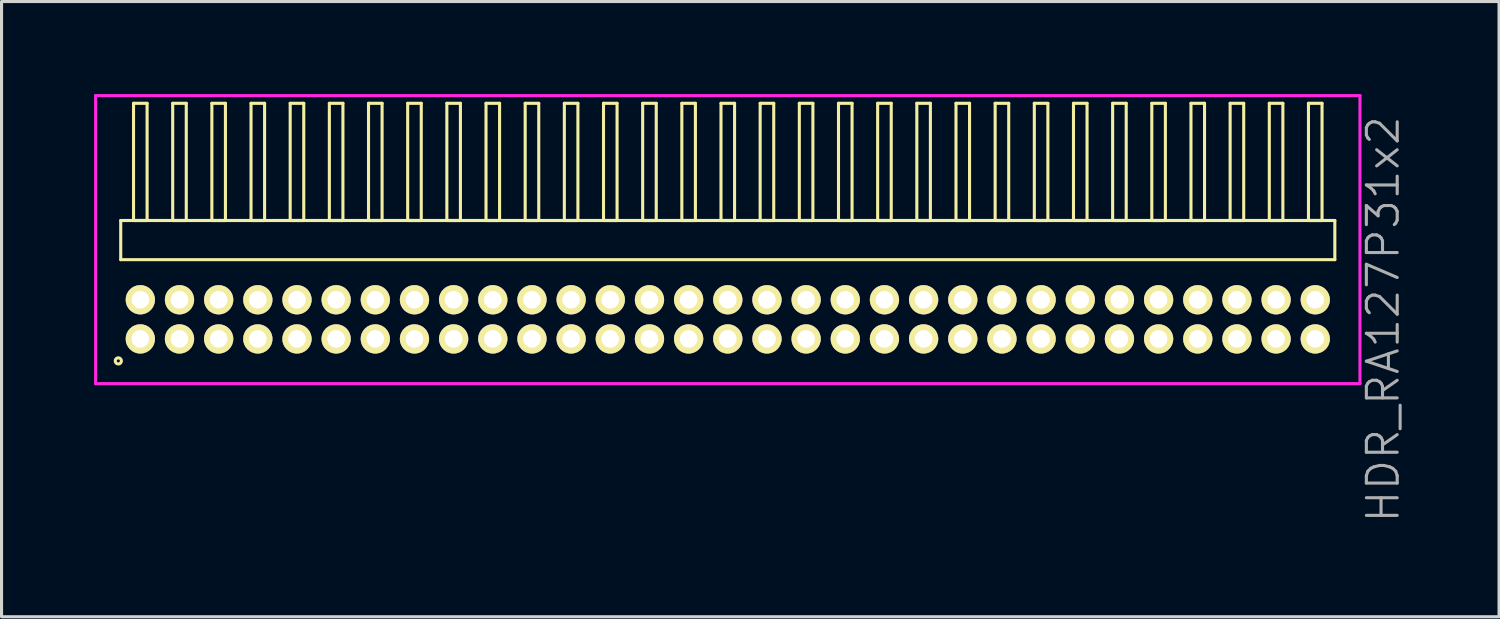
<source format=kicad_pcb>
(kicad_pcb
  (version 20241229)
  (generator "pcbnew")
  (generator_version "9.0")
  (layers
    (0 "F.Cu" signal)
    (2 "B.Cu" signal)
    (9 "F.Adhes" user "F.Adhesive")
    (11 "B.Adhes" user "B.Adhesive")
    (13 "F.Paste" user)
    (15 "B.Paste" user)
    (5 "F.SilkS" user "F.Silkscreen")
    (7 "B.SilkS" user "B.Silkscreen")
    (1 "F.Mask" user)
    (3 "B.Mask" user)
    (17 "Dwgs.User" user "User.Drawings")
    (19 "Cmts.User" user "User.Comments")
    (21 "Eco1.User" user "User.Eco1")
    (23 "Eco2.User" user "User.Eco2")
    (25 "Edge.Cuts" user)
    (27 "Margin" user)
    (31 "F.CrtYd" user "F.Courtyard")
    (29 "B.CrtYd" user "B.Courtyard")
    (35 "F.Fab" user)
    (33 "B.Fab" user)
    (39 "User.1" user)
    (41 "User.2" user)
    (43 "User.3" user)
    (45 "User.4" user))
  (footprint "HDR_RA127P31x2"
    (layer "F.Cu")
    (at 20.55 7.305)
    (property "Reference" "HDR_RA127P31x2" (at 21.25 0 90) (layer "F.Fab") (effects (font (size 1 1) (thickness 0.1))))
    (attr through_hole)
    (fp_line (start -19.685 -3.205) (end -19.685 -1.935) (stroke (width 0.1) (type solid)) (layer "F.SilkS"))
    (fp_line (start -19.685 -1.935) (end 19.685 -1.935) (stroke (width 0.1) (type solid)) (layer "F.SilkS"))
    (fp_line (start -19.27 -7.005) (end -19.27 -3.205) (stroke (width 0.1) (type solid)) (layer "F.SilkS"))
    (fp_line (start -19.27 -3.205) (end -18.83 -3.205) (stroke (width 0.1) (type solid)) (layer "F.SilkS"))
    (fp_line (start -18.83 -7.005) (end -19.27 -7.005) (stroke (width 0.1) (type solid)) (layer "F.SilkS"))
    (fp_line (start -18.83 -3.205) (end -18.83 -7.005) (stroke (width 0.1) (type solid)) (layer "F.SilkS"))
    (fp_line (start -18 -7.005) (end -18 -3.205) (stroke (width 0.1) (type solid)) (layer "F.SilkS"))
    (fp_line (start -18 -3.205) (end -17.56 -3.205) (stroke (width 0.1) (type solid)) (layer "F.SilkS"))
    (fp_line (start -17.56 -7.005) (end -18 -7.005) (stroke (width 0.1) (type solid)) (layer "F.SilkS"))
    (fp_line (start -17.56 -3.205) (end -17.56 -7.005) (stroke (width 0.1) (type solid)) (layer "F.SilkS"))
    (fp_line (start -16.73 -7.005) (end -16.73 -3.205) (stroke (width 0.1) (type solid)) (layer "F.SilkS"))
    (fp_line (start -16.73 -3.205) (end -16.29 -3.205) (stroke (width 0.1) (type solid)) (layer "F.SilkS"))
    (fp_line (start -16.29 -7.005) (end -16.73 -7.005) (stroke (width 0.1) (type solid)) (layer "F.SilkS"))
    (fp_line (start -16.29 -3.205) (end -16.29 -7.005) (stroke (width 0.1) (type solid)) (layer "F.SilkS"))
    (fp_line (start -15.46 -7.005) (end -15.46 -3.205) (stroke (width 0.1) (type solid)) (layer "F.SilkS"))
    (fp_line (start -15.46 -3.205) (end -15.02 -3.205) (stroke (width 0.1) (type solid)) (layer "F.SilkS"))
    (fp_line (start -15.02 -7.005) (end -15.46 -7.005) (stroke (width 0.1) (type solid)) (layer "F.SilkS"))
    (fp_line (start -15.02 -3.205) (end -15.02 -7.005) (stroke (width 0.1) (type solid)) (layer "F.SilkS"))
    (fp_line (start -14.19 -7.005) (end -14.19 -3.205) (stroke (width 0.1) (type solid)) (layer "F.SilkS"))
    (fp_line (start -14.19 -3.205) (end -13.75 -3.205) (stroke (width 0.1) (type solid)) (layer "F.SilkS"))
    (fp_line (start -13.75 -7.005) (end -14.19 -7.005) (stroke (width 0.1) (type solid)) (layer "F.SilkS"))
    (fp_line (start -13.75 -3.205) (end -13.75 -7.005) (stroke (width 0.1) (type solid)) (layer "F.SilkS"))
    (fp_line (start -12.92 -7.005) (end -12.92 -3.205) (stroke (width 0.1) (type solid)) (layer "F.SilkS"))
    (fp_line (start -12.92 -3.205) (end -12.48 -3.205) (stroke (width 0.1) (type solid)) (layer "F.SilkS"))
    (fp_line (start -12.48 -7.005) (end -12.92 -7.005) (stroke (width 0.1) (type solid)) (layer "F.SilkS"))
    (fp_line (start -12.48 -3.205) (end -12.48 -7.005) (stroke (width 0.1) (type solid)) (layer "F.SilkS"))
    (fp_line (start -11.65 -7.005) (end -11.65 -3.205) (stroke (width 0.1) (type solid)) (layer "F.SilkS"))
    (fp_line (start -11.65 -3.205) (end -11.21 -3.205) (stroke (width 0.1) (type solid)) (layer "F.SilkS"))
    (fp_line (start -11.21 -7.005) (end -11.65 -7.005) (stroke (width 0.1) (type solid)) (layer "F.SilkS"))
    (fp_line (start -11.21 -3.205) (end -11.21 -7.005) (stroke (width 0.1) (type solid)) (layer "F.SilkS"))
    (fp_line (start -10.38 -7.005) (end -10.38 -3.205) (stroke (width 0.1) (type solid)) (layer "F.SilkS"))
    (fp_line (start -10.38 -3.205) (end -9.94 -3.205) (stroke (width 0.1) (type solid)) (layer "F.SilkS"))
    (fp_line (start -9.94 -7.005) (end -10.38 -7.005) (stroke (width 0.1) (type solid)) (layer "F.SilkS"))
    (fp_line (start -9.94 -3.205) (end -9.94 -7.005) (stroke (width 0.1) (type solid)) (layer "F.SilkS"))
    (fp_line (start -9.11 -7.005) (end -9.11 -3.205) (stroke (width 0.1) (type solid)) (layer "F.SilkS"))
    (fp_line (start -9.11 -3.205) (end -8.67 -3.205) (stroke (width 0.1) (type solid)) (layer "F.SilkS"))
    (fp_line (start -8.67 -7.005) (end -9.11 -7.005) (stroke (width 0.1) (type solid)) (layer "F.SilkS"))
    (fp_line (start -8.67 -3.205) (end -8.67 -7.005) (stroke (width 0.1) (type solid)) (layer "F.SilkS"))
    (fp_line (start -7.84 -7.005) (end -7.84 -3.205) (stroke (width 0.1) (type solid)) (layer "F.SilkS"))
    (fp_line (start -7.84 -3.205) (end -7.4 -3.205) (stroke (width 0.1) (type solid)) (layer "F.SilkS"))
    (fp_line (start -7.4 -7.005) (end -7.84 -7.005) (stroke (width 0.1) (type solid)) (layer "F.SilkS"))
    (fp_line (start -7.4 -3.205) (end -7.4 -7.005) (stroke (width 0.1) (type solid)) (layer "F.SilkS"))
    (fp_line (start -6.57 -7.005) (end -6.57 -3.205) (stroke (width 0.1) (type solid)) (layer "F.SilkS"))
    (fp_line (start -6.57 -3.205) (end -6.13 -3.205) (stroke (width 0.1) (type solid)) (layer "F.SilkS"))
    (fp_line (start -6.13 -7.005) (end -6.57 -7.005) (stroke (width 0.1) (type solid)) (layer "F.SilkS"))
    (fp_line (start -6.13 -3.205) (end -6.13 -7.005) (stroke (width 0.1) (type solid)) (layer "F.SilkS"))
    (fp_line (start -5.3 -7.005) (end -5.3 -3.205) (stroke (width 0.1) (type solid)) (layer "F.SilkS"))
    (fp_line (start -5.3 -3.205) (end -4.86 -3.205) (stroke (width 0.1) (type solid)) (layer "F.SilkS"))
    (fp_line (start -4.86 -7.005) (end -5.3 -7.005) (stroke (width 0.1) (type solid)) (layer "F.SilkS"))
    (fp_line (start -4.86 -3.205) (end -4.86 -7.005) (stroke (width 0.1) (type solid)) (layer "F.SilkS"))
    (fp_line (start -4.03 -7.005) (end -4.03 -3.205) (stroke (width 0.1) (type solid)) (layer "F.SilkS"))
    (fp_line (start -4.03 -3.205) (end -3.59 -3.205) (stroke (width 0.1) (type solid)) (layer "F.SilkS"))
    (fp_line (start -3.59 -7.005) (end -4.03 -7.005) (stroke (width 0.1) (type solid)) (layer "F.SilkS"))
    (fp_line (start -3.59 -3.205) (end -3.59 -7.005) (stroke (width 0.1) (type solid)) (layer "F.SilkS"))
    (fp_line (start -2.76 -7.005) (end -2.76 -3.205) (stroke (width 0.1) (type solid)) (layer "F.SilkS"))
    (fp_line (start -2.76 -3.205) (end -2.32 -3.205) (stroke (width 0.1) (type solid)) (layer "F.SilkS"))
    (fp_line (start -2.32 -7.005) (end -2.76 -7.005) (stroke (width 0.1) (type solid)) (layer "F.SilkS"))
    (fp_line (start -2.32 -3.205) (end -2.32 -7.005) (stroke (width 0.1) (type solid)) (layer "F.SilkS"))
    (fp_line (start -1.49 -7.005) (end -1.49 -3.205) (stroke (width 0.1) (type solid)) (layer "F.SilkS"))
    (fp_line (start -1.49 -3.205) (end -1.05 -3.205) (stroke (width 0.1) (type solid)) (layer "F.SilkS"))
    (fp_line (start -1.05 -7.005) (end -1.49 -7.005) (stroke (width 0.1) (type solid)) (layer "F.SilkS"))
    (fp_line (start -1.05 -3.205) (end -1.05 -7.005) (stroke (width 0.1) (type solid)) (layer "F.SilkS"))
    (fp_line (start -0.22 -7.005) (end -0.22 -3.205) (stroke (width 0.1) (type solid)) (layer "F.SilkS"))
    (fp_line (start -0.22 -3.205) (end 0.22 -3.205) (stroke (width 0.1) (type solid)) (layer "F.SilkS"))
    (fp_line (start 0.22 -7.005) (end -0.22 -7.005) (stroke (width 0.1) (type solid)) (layer "F.SilkS"))
    (fp_line (start 0.22 -3.205) (end 0.22 -7.005) (stroke (width 0.1) (type solid)) (layer "F.SilkS"))
    (fp_line (start 1.05 -7.005) (end 1.05 -3.205) (stroke (width 0.1) (type solid)) (layer "F.SilkS"))
    (fp_line (start 1.05 -3.205) (end 1.49 -3.205) (stroke (width 0.1) (type solid)) (layer "F.SilkS"))
    (fp_line (start 1.49 -7.005) (end 1.05 -7.005) (stroke (width 0.1) (type solid)) (layer "F.SilkS"))
    (fp_line (start 1.49 -3.205) (end 1.49 -7.005) (stroke (width 0.1) (type solid)) (layer "F.SilkS"))
    (fp_line (start 2.32 -7.005) (end 2.32 -3.205) (stroke (width 0.1) (type solid)) (layer "F.SilkS"))
    (fp_line (start 2.32 -3.205) (end 2.76 -3.205) (stroke (width 0.1) (type solid)) (layer "F.SilkS"))
    (fp_line (start 2.76 -7.005) (end 2.32 -7.005) (stroke (width 0.1) (type solid)) (layer "F.SilkS"))
    (fp_line (start 2.76 -3.205) (end 2.76 -7.005) (stroke (width 0.1) (type solid)) (layer "F.SilkS"))
    (fp_line (start 3.59 -7.005) (end 3.59 -3.205) (stroke (width 0.1) (type solid)) (layer "F.SilkS"))
    (fp_line (start 3.59 -3.205) (end 4.03 -3.205) (stroke (width 0.1) (type solid)) (layer "F.SilkS"))
    (fp_line (start 4.03 -7.005) (end 3.59 -7.005) (stroke (width 0.1) (type solid)) (layer "F.SilkS"))
    (fp_line (start 4.03 -3.205) (end 4.03 -7.005) (stroke (width 0.1) (type solid)) (layer "F.SilkS"))
    (fp_line (start 4.86 -7.005) (end 4.86 -3.205) (stroke (width 0.1) (type solid)) (layer "F.SilkS"))
    (fp_line (start 4.86 -3.205) (end 5.3 -3.205) (stroke (width 0.1) (type solid)) (layer "F.SilkS"))
    (fp_line (start 5.3 -7.005) (end 4.86 -7.005) (stroke (width 0.1) (type solid)) (layer "F.SilkS"))
    (fp_line (start 5.3 -3.205) (end 5.3 -7.005) (stroke (width 0.1) (type solid)) (layer "F.SilkS"))
    (fp_line (start 6.13 -7.005) (end 6.13 -3.205) (stroke (width 0.1) (type solid)) (layer "F.SilkS"))
    (fp_line (start 6.13 -3.205) (end 6.57 -3.205) (stroke (width 0.1) (type solid)) (layer "F.SilkS"))
    (fp_line (start 6.57 -7.005) (end 6.13 -7.005) (stroke (width 0.1) (type solid)) (layer "F.SilkS"))
    (fp_line (start 6.57 -3.205) (end 6.57 -7.005) (stroke (width 0.1) (type solid)) (layer "F.SilkS"))
    (fp_line (start 7.4 -7.005) (end 7.4 -3.205) (stroke (width 0.1) (type solid)) (layer "F.SilkS"))
    (fp_line (start 7.4 -3.205) (end 7.84 -3.205) (stroke (width 0.1) (type solid)) (layer "F.SilkS"))
    (fp_line (start 7.84 -7.005) (end 7.4 -7.005) (stroke (width 0.1) (type solid)) (layer "F.SilkS"))
    (fp_line (start 7.84 -3.205) (end 7.84 -7.005) (stroke (width 0.1) (type solid)) (layer "F.SilkS"))
    (fp_line (start 8.67 -7.005) (end 8.67 -3.205) (stroke (width 0.1) (type solid)) (layer "F.SilkS"))
    (fp_line (start 8.67 -3.205) (end 9.11 -3.205) (stroke (width 0.1) (type solid)) (layer "F.SilkS"))
    (fp_line (start 9.11 -7.005) (end 8.67 -7.005) (stroke (width 0.1) (type solid)) (layer "F.SilkS"))
    (fp_line (start 9.11 -3.205) (end 9.11 -7.005) (stroke (width 0.1) (type solid)) (layer "F.SilkS"))
    (fp_line (start 9.94 -7.005) (end 9.94 -3.205) (stroke (width 0.1) (type solid)) (layer "F.SilkS"))
    (fp_line (start 9.94 -3.205) (end 10.38 -3.205) (stroke (width 0.1) (type solid)) (layer "F.SilkS"))
    (fp_line (start 10.38 -7.005) (end 9.94 -7.005) (stroke (width 0.1) (type solid)) (layer "F.SilkS"))
    (fp_line (start 10.38 -3.205) (end 10.38 -7.005) (stroke (width 0.1) (type solid)) (layer "F.SilkS"))
    (fp_line (start 11.21 -7.005) (end 11.21 -3.205) (stroke (width 0.1) (type solid)) (layer "F.SilkS"))
    (fp_line (start 11.21 -3.205) (end 11.65 -3.205) (stroke (width 0.1) (type solid)) (layer "F.SilkS"))
    (fp_line (start 11.65 -7.005) (end 11.21 -7.005) (stroke (width 0.1) (type solid)) (layer "F.SilkS"))
    (fp_line (start 11.65 -3.205) (end 11.65 -7.005) (stroke (width 0.1) (type solid)) (layer "F.SilkS"))
    (fp_line (start 12.48 -7.005) (end 12.48 -3.205) (stroke (width 0.1) (type solid)) (layer "F.SilkS"))
    (fp_line (start 12.48 -3.205) (end 12.92 -3.205) (stroke (width 0.1) (type solid)) (layer "F.SilkS"))
    (fp_line (start 12.92 -7.005) (end 12.48 -7.005) (stroke (width 0.1) (type solid)) (layer "F.SilkS"))
    (fp_line (start 12.92 -3.205) (end 12.92 -7.005) (stroke (width 0.1) (type solid)) (layer "F.SilkS"))
    (fp_line (start 13.75 -7.005) (end 13.75 -3.205) (stroke (width 0.1) (type solid)) (layer "F.SilkS"))
    (fp_line (start 13.75 -3.205) (end 14.19 -3.205) (stroke (width 0.1) (type solid)) (layer "F.SilkS"))
    (fp_line (start 14.19 -7.005) (end 13.75 -7.005) (stroke (width 0.1) (type solid)) (layer "F.SilkS"))
    (fp_line (start 14.19 -3.205) (end 14.19 -7.005) (stroke (width 0.1) (type solid)) (layer "F.SilkS"))
    (fp_line (start 15.02 -7.005) (end 15.02 -3.205) (stroke (width 0.1) (type solid)) (layer "F.SilkS"))
    (fp_line (start 15.02 -3.205) (end 15.46 -3.205) (stroke (width 0.1) (type solid)) (layer "F.SilkS"))
    (fp_line (start 15.46 -7.005) (end 15.02 -7.005) (stroke (width 0.1) (type solid)) (layer "F.SilkS"))
    (fp_line (start 15.46 -3.205) (end 15.46 -7.005) (stroke (width 0.1) (type solid)) (layer "F.SilkS"))
    (fp_line (start 16.29 -7.005) (end 16.29 -3.205) (stroke (width 0.1) (type solid)) (layer "F.SilkS"))
    (fp_line (start 16.29 -3.205) (end 16.73 -3.205) (stroke (width 0.1) (type solid)) (layer "F.SilkS"))
    (fp_line (start 16.73 -7.005) (end 16.29 -7.005) (stroke (width 0.1) (type solid)) (layer "F.SilkS"))
    (fp_line (start 16.73 -3.205) (end 16.73 -7.005) (stroke (width 0.1) (type solid)) (layer "F.SilkS"))
    (fp_line (start 17.56 -7.005) (end 17.56 -3.205) (stroke (width 0.1) (type solid)) (layer "F.SilkS"))
    (fp_line (start 17.56 -3.205) (end 18 -3.205) (stroke (width 0.1) (type solid)) (layer "F.SilkS"))
    (fp_line (start 18 -7.005) (end 17.56 -7.005) (stroke (width 0.1) (type solid)) (layer "F.SilkS"))
    (fp_line (start 18 -3.205) (end 18 -7.005) (stroke (width 0.1) (type solid)) (layer "F.SilkS"))
    (fp_line (start 18.83 -7.005) (end 18.83 -3.205) (stroke (width 0.1) (type solid)) (layer "F.SilkS"))
    (fp_line (start 18.83 -3.205) (end 19.27 -3.205) (stroke (width 0.1) (type solid)) (layer "F.SilkS"))
    (fp_line (start 19.27 -7.005) (end 18.83 -7.005) (stroke (width 0.1) (type solid)) (layer "F.SilkS"))
    (fp_line (start 19.27 -3.205) (end 19.27 -7.005) (stroke (width 0.1) (type solid)) (layer "F.SilkS"))
    (fp_line (start 19.685 -3.205) (end -19.685 -3.205) (stroke (width 0.1) (type solid)) (layer "F.SilkS"))
    (fp_line (start 19.685 -1.935) (end 19.685 -3.205) (stroke (width 0.1) (type solid)) (layer "F.SilkS"))
    (fp_circle (center -19.763 1.348) (end -19.663 1.348) (stroke (width 0.1) (type solid)) (fill no) (layer "F.SilkS"))
    (fp_line (start -20.5 -7.255) (end -20.5 2.085) (stroke (width 0.1) (type solid)) (layer "F.CrtYd"))
    (fp_line (start -20.5 2.085) (end 20.5 2.085) (stroke (width 0.1) (type solid)) (layer "F.CrtYd"))
    (fp_line (start 20.5 -7.255) (end -20.5 -7.255) (stroke (width 0.1) (type solid)) (layer "F.CrtYd"))
    (fp_line (start 20.5 2.085) (end 20.5 -7.255) (stroke (width 0.1) (type solid)) (layer "F.CrtYd"))
    (pad "1" thru_hole oval (at -19.05 0.635) (size 0.95 0.95) (drill 0.57) (layers "*.Cu" "*.Mask" "F.SilkS"))
    (pad "2" thru_hole oval (at -19.05 -0.635) (size 0.95 0.95) (drill 0.57) (layers "*.Cu" "*.Mask" "F.SilkS"))
    (pad "3" thru_hole oval (at -17.78 0.635) (size 0.95 0.95) (drill 0.57) (layers "*.Cu" "*.Mask" "F.SilkS"))
    (pad "4" thru_hole oval (at -17.78 -0.635) (size 0.95 0.95) (drill 0.57) (layers "*.Cu" "*.Mask" "F.SilkS"))
    (pad "5" thru_hole oval (at -16.51 0.635) (size 0.95 0.95) (drill 0.57) (layers "*.Cu" "*.Mask" "F.SilkS"))
    (pad "6" thru_hole oval (at -16.51 -0.635) (size 0.95 0.95) (drill 0.57) (layers "*.Cu" "*.Mask" "F.SilkS"))
    (pad "7" thru_hole oval (at -15.24 0.635) (size 0.95 0.95) (drill 0.57) (layers "*.Cu" "*.Mask" "F.SilkS"))
    (pad "8" thru_hole oval (at -15.24 -0.635) (size 0.95 0.95) (drill 0.57) (layers "*.Cu" "*.Mask" "F.SilkS"))
    (pad "9" thru_hole oval (at -13.97 0.635) (size 0.95 0.95) (drill 0.57) (layers "*.Cu" "*.Mask" "F.SilkS"))
    (pad "10" thru_hole oval (at -13.97 -0.635) (size 0.95 0.95) (drill 0.57) (layers "*.Cu" "*.Mask" "F.SilkS"))
    (pad "11" thru_hole oval (at -12.7 0.635) (size 0.95 0.95) (drill 0.57) (layers "*.Cu" "*.Mask" "F.SilkS"))
    (pad "12" thru_hole oval (at -12.7 -0.635) (size 0.95 0.95) (drill 0.57) (layers "*.Cu" "*.Mask" "F.SilkS"))
    (pad "13" thru_hole oval (at -11.43 0.635) (size 0.95 0.95) (drill 0.57) (layers "*.Cu" "*.Mask" "F.SilkS"))
    (pad "14" thru_hole oval (at -11.43 -0.635) (size 0.95 0.95) (drill 0.57) (layers "*.Cu" "*.Mask" "F.SilkS"))
    (pad "15" thru_hole oval (at -10.16 0.635) (size 0.95 0.95) (drill 0.57) (layers "*.Cu" "*.Mask" "F.SilkS"))
    (pad "16" thru_hole oval (at -10.16 -0.635) (size 0.95 0.95) (drill 0.57) (layers "*.Cu" "*.Mask" "F.SilkS"))
    (pad "17" thru_hole oval (at -8.89 0.635) (size 0.95 0.95) (drill 0.57) (layers "*.Cu" "*.Mask" "F.SilkS"))
    (pad "18" thru_hole oval (at -8.89 -0.635) (size 0.95 0.95) (drill 0.57) (layers "*.Cu" "*.Mask" "F.SilkS"))
    (pad "19" thru_hole oval (at -7.62 0.635) (size 0.95 0.95) (drill 0.57) (layers "*.Cu" "*.Mask" "F.SilkS"))
    (pad "20" thru_hole oval (at -7.62 -0.635) (size 0.95 0.95) (drill 0.57) (layers "*.Cu" "*.Mask" "F.SilkS"))
    (pad "21" thru_hole oval (at -6.35 0.635) (size 0.95 0.95) (drill 0.57) (layers "*.Cu" "*.Mask" "F.SilkS"))
    (pad "22" thru_hole oval (at -6.35 -0.635) (size 0.95 0.95) (drill 0.57) (layers "*.Cu" "*.Mask" "F.SilkS"))
    (pad "23" thru_hole oval (at -5.08 0.635) (size 0.95 0.95) (drill 0.57) (layers "*.Cu" "*.Mask" "F.SilkS"))
    (pad "24" thru_hole oval (at -5.08 -0.635) (size 0.95 0.95) (drill 0.57) (layers "*.Cu" "*.Mask" "F.SilkS"))
    (pad "25" thru_hole oval (at -3.81 0.635) (size 0.95 0.95) (drill 0.57) (layers "*.Cu" "*.Mask" "F.SilkS"))
    (pad "26" thru_hole oval (at -3.81 -0.635) (size 0.95 0.95) (drill 0.57) (layers "*.Cu" "*.Mask" "F.SilkS"))
    (pad "27" thru_hole oval (at -2.54 0.635) (size 0.95 0.95) (drill 0.57) (layers "*.Cu" "*.Mask" "F.SilkS"))
    (pad "28" thru_hole oval (at -2.54 -0.635) (size 0.95 0.95) (drill 0.57) (layers "*.Cu" "*.Mask" "F.SilkS"))
    (pad "29" thru_hole oval (at -1.27 0.635) (size 0.95 0.95) (drill 0.57) (layers "*.Cu" "*.Mask" "F.SilkS"))
    (pad "30" thru_hole oval (at -1.27 -0.635) (size 0.95 0.95) (drill 0.57) (layers "*.Cu" "*.Mask" "F.SilkS"))
    (pad "31" thru_hole oval (at 0 0.635) (size 0.95 0.95) (drill 0.57) (layers "*.Cu" "*.Mask" "F.SilkS"))
    (pad "32" thru_hole oval (at 0 -0.635) (size 0.95 0.95) (drill 0.57) (layers "*.Cu" "*.Mask" "F.SilkS"))
    (pad "33" thru_hole oval (at 1.27 0.635) (size 0.95 0.95) (drill 0.57) (layers "*.Cu" "*.Mask" "F.SilkS"))
    (pad "34" thru_hole oval (at 1.27 -0.635) (size 0.95 0.95) (drill 0.57) (layers "*.Cu" "*.Mask" "F.SilkS"))
    (pad "35" thru_hole oval (at 2.54 0.635) (size 0.95 0.95) (drill 0.57) (layers "*.Cu" "*.Mask" "F.SilkS"))
    (pad "36" thru_hole oval (at 2.54 -0.635) (size 0.95 0.95) (drill 0.57) (layers "*.Cu" "*.Mask" "F.SilkS"))
    (pad "37" thru_hole oval (at 3.81 0.635) (size 0.95 0.95) (drill 0.57) (layers "*.Cu" "*.Mask" "F.SilkS"))
    (pad "38" thru_hole oval (at 3.81 -0.635) (size 0.95 0.95) (drill 0.57) (layers "*.Cu" "*.Mask" "F.SilkS"))
    (pad "39" thru_hole oval (at 5.08 0.635) (size 0.95 0.95) (drill 0.57) (layers "*.Cu" "*.Mask" "F.SilkS"))
    (pad "40" thru_hole oval (at 5.08 -0.635) (size 0.95 0.95) (drill 0.57) (layers "*.Cu" "*.Mask" "F.SilkS"))
    (pad "41" thru_hole oval (at 6.35 0.635) (size 0.95 0.95) (drill 0.57) (layers "*.Cu" "*.Mask" "F.SilkS"))
    (pad "42" thru_hole oval (at 6.35 -0.635) (size 0.95 0.95) (drill 0.57) (layers "*.Cu" "*.Mask" "F.SilkS"))
    (pad "43" thru_hole oval (at 7.62 0.635) (size 0.95 0.95) (drill 0.57) (layers "*.Cu" "*.Mask" "F.SilkS"))
    (pad "44" thru_hole oval (at 7.62 -0.635) (size 0.95 0.95) (drill 0.57) (layers "*.Cu" "*.Mask" "F.SilkS"))
    (pad "45" thru_hole oval (at 8.89 0.635) (size 0.95 0.95) (drill 0.57) (layers "*.Cu" "*.Mask" "F.SilkS"))
    (pad "46" thru_hole oval (at 8.89 -0.635) (size 0.95 0.95) (drill 0.57) (layers "*.Cu" "*.Mask" "F.SilkS"))
    (pad "47" thru_hole oval (at 10.16 0.635) (size 0.95 0.95) (drill 0.57) (layers "*.Cu" "*.Mask" "F.SilkS"))
    (pad "48" thru_hole oval (at 10.16 -0.635) (size 0.95 0.95) (drill 0.57) (layers "*.Cu" "*.Mask" "F.SilkS"))
    (pad "49" thru_hole oval (at 11.43 0.635) (size 0.95 0.95) (drill 0.57) (layers "*.Cu" "*.Mask" "F.SilkS"))
    (pad "50" thru_hole oval (at 11.43 -0.635) (size 0.95 0.95) (drill 0.57) (layers "*.Cu" "*.Mask" "F.SilkS"))
    (pad "51" thru_hole oval (at 12.7 0.635) (size 0.95 0.95) (drill 0.57) (layers "*.Cu" "*.Mask" "F.SilkS"))
    (pad "52" thru_hole oval (at 12.7 -0.635) (size 0.95 0.95) (drill 0.57) (layers "*.Cu" "*.Mask" "F.SilkS"))
    (pad "53" thru_hole oval (at 13.97 0.635) (size 0.95 0.95) (drill 0.57) (layers "*.Cu" "*.Mask" "F.SilkS"))
    (pad "54" thru_hole oval (at 13.97 -0.635) (size 0.95 0.95) (drill 0.57) (layers "*.Cu" "*.Mask" "F.SilkS"))
    (pad "55" thru_hole oval (at 15.24 0.635) (size 0.95 0.95) (drill 0.57) (layers "*.Cu" "*.Mask" "F.SilkS"))
    (pad "56" thru_hole oval (at 15.24 -0.635) (size 0.95 0.95) (drill 0.57) (layers "*.Cu" "*.Mask" "F.SilkS"))
    (pad "57" thru_hole oval (at 16.51 0.635) (size 0.95 0.95) (drill 0.57) (layers "*.Cu" "*.Mask" "F.SilkS"))
    (pad "58" thru_hole oval (at 16.51 -0.635) (size 0.95 0.95) (drill 0.57) (layers "*.Cu" "*.Mask" "F.SilkS"))
    (pad "59" thru_hole oval (at 17.78 0.635) (size 0.95 0.95) (drill 0.57) (layers "*.Cu" "*.Mask" "F.SilkS"))
    (pad "60" thru_hole oval (at 17.78 -0.635) (size 0.95 0.95) (drill 0.57) (layers "*.Cu" "*.Mask" "F.SilkS"))
    (pad "61" thru_hole oval (at 19.05 0.635) (size 0.95 0.95) (drill 0.57) (layers "*.Cu" "*.Mask" "F.SilkS"))
    (pad "62" thru_hole oval (at 19.05 -0.635) (size 0.95 0.95) (drill 0.57) (layers "*.Cu" "*.Mask" "F.SilkS")))
  (gr_rect
    (start -3 -3)
    (end 45.56 16.95)
    (stroke (width 0.1) (type default))
    (fill no)
    (layer "Edge.Cuts")))
</source>
